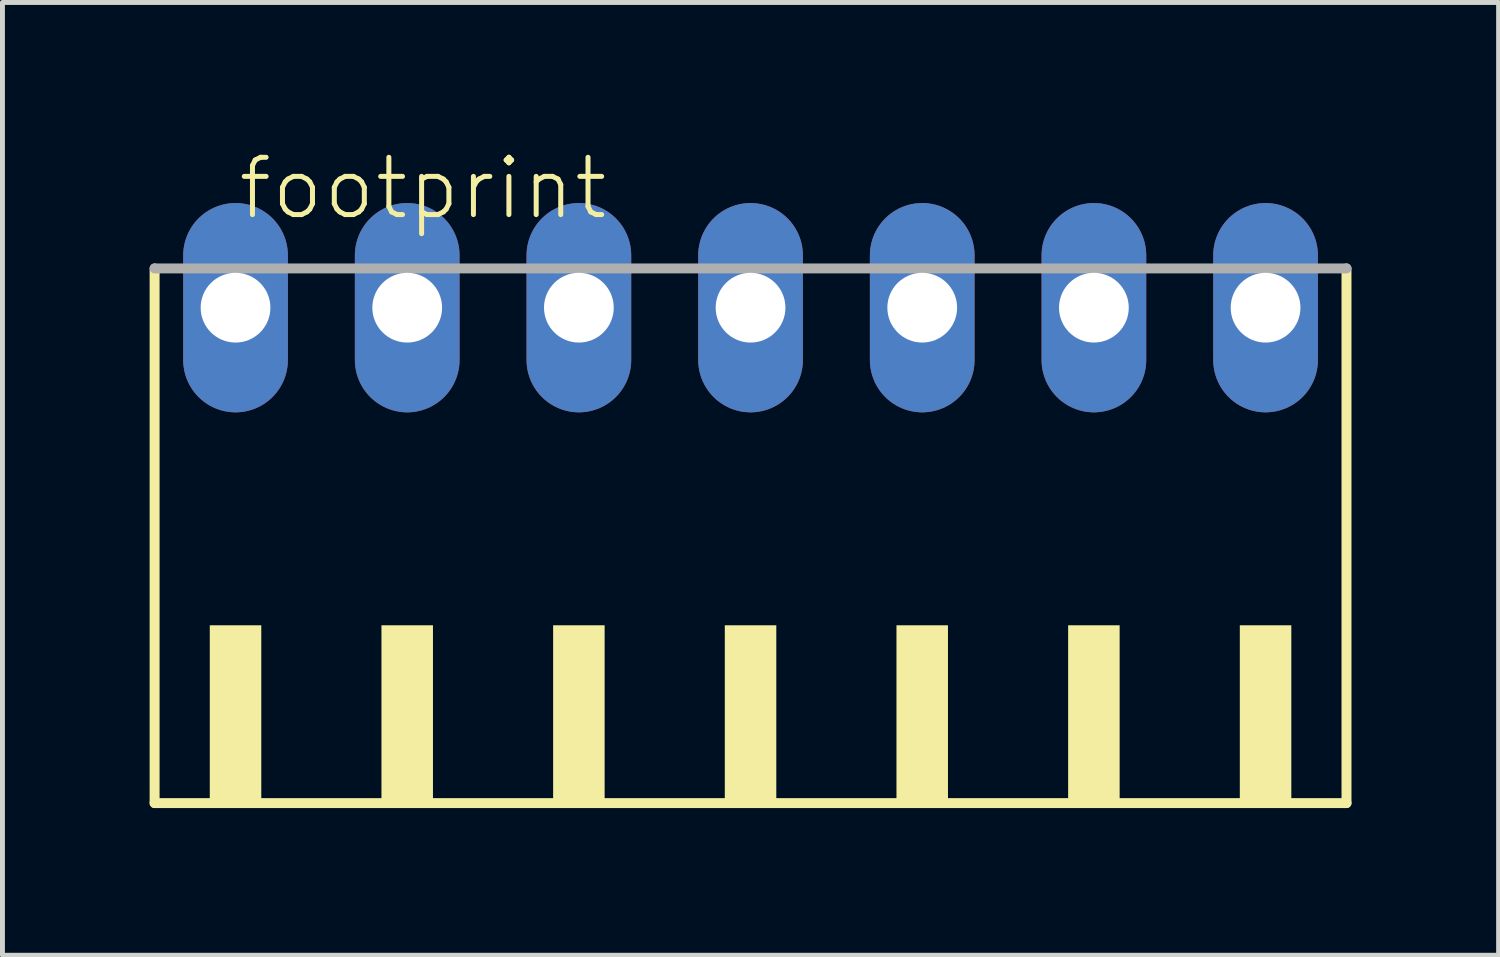
<source format=kicad_pcb>
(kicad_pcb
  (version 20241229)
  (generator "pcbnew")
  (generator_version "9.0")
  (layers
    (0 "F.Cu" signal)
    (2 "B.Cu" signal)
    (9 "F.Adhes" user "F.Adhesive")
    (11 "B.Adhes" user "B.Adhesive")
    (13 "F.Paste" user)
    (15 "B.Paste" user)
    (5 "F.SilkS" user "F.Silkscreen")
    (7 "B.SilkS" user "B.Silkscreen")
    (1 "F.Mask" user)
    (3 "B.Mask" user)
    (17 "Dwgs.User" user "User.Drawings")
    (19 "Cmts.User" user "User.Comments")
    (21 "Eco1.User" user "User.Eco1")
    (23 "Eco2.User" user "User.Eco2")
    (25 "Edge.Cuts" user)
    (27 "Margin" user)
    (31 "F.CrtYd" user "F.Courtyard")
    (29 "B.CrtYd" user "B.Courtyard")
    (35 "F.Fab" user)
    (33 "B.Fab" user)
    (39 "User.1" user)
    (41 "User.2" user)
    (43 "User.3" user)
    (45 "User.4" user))
  (footprint "footprint"
    (layer "F.Cu")
    (at 12.252 8.473)
    (property "Reference" "footprint" (at -10.5 -7 0) (layer "F.SilkS") (effects (font (size 1.168 1.168) (thickness 0.102)) (justify left bottom)))
    (fp_line (start -12.15 -6.05) (end -12.15 4.85) (stroke (width 0.203) (type solid)) (layer "F.SilkS"))
    (fp_line (start -12.15 4.85) (end 12.15 4.85) (stroke (width 0.203) (type solid)) (layer "F.SilkS"))
    (fp_line (start 12.15 4.85) (end 12.15 -6.05) (stroke (width 0.203) (type solid)) (layer "F.SilkS"))
    (fp_poly (pts (xy -11.025 4.9) (xy -9.975 4.9) (xy -9.975 1.225) (xy -11.025 1.225)) (stroke (width 0) (type solid)) (fill yes) (layer "F.SilkS"))
    (fp_poly (pts (xy -7.525 4.9) (xy -6.475 4.9) (xy -6.475 1.225) (xy -7.525 1.225)) (stroke (width 0) (type solid)) (fill yes) (layer "F.SilkS"))
    (fp_poly (pts (xy -4.025 4.9) (xy -2.975 4.9) (xy -2.975 1.225) (xy -4.025 1.225)) (stroke (width 0) (type solid)) (fill yes) (layer "F.SilkS"))
    (fp_poly (pts (xy -0.525 4.9) (xy 0.525 4.9) (xy 0.525 1.225) (xy -0.525 1.225)) (stroke (width 0) (type solid)) (fill yes) (layer "F.SilkS"))
    (fp_poly (pts (xy 2.975 4.9) (xy 4.025 4.9) (xy 4.025 1.225) (xy 2.975 1.225)) (stroke (width 0) (type solid)) (fill yes) (layer "F.SilkS"))
    (fp_poly (pts (xy 6.475 4.9) (xy 7.525 4.9) (xy 7.525 1.225) (xy 6.475 1.225)) (stroke (width 0) (type solid)) (fill yes) (layer "F.SilkS"))
    (fp_poly (pts (xy 9.975 4.9) (xy 11.025 4.9) (xy 11.025 1.225) (xy 9.975 1.225)) (stroke (width 0) (type solid)) (fill yes) (layer "F.SilkS"))
    (fp_line (start 12.15 -6.05) (end -12.15 -6.05) (stroke (width 0.203) (type solid)) (layer "F.Fab"))
    (pad "1" thru_hole oval (at -10.5 -5.25 90) (size 4.267 2.134) (drill 1.422) (layers "*.Cu" "*.Mask"))
    (pad "2" thru_hole oval (at -7 -5.25 90) (size 4.267 2.134) (drill 1.422) (layers "*.Cu" "*.Mask"))
    (pad "3" thru_hole oval (at -3.5 -5.25 90) (size 4.267 2.134) (drill 1.422) (layers "*.Cu" "*.Mask"))
    (pad "4" thru_hole oval (at 0 -5.25 90) (size 4.267 2.134) (drill 1.422) (layers "*.Cu" "*.Mask"))
    (pad "5" thru_hole oval (at 3.5 -5.25 90) (size 4.267 2.134) (drill 1.422) (layers "*.Cu" "*.Mask"))
    (pad "6" thru_hole oval (at 7 -5.25 90) (size 4.267 2.134) (drill 1.422) (layers "*.Cu" "*.Mask"))
    (pad "7" thru_hole oval (at 10.5 -5.25 90) (size 4.267 2.134) (drill 1.422) (layers "*.Cu" "*.Mask")))
  (gr_rect
    (start -3 -3)
    (end 27.503 16.425)
    (stroke (width 0.1) (type default))
    (fill no)
    (layer "Edge.Cuts")))
</source>
